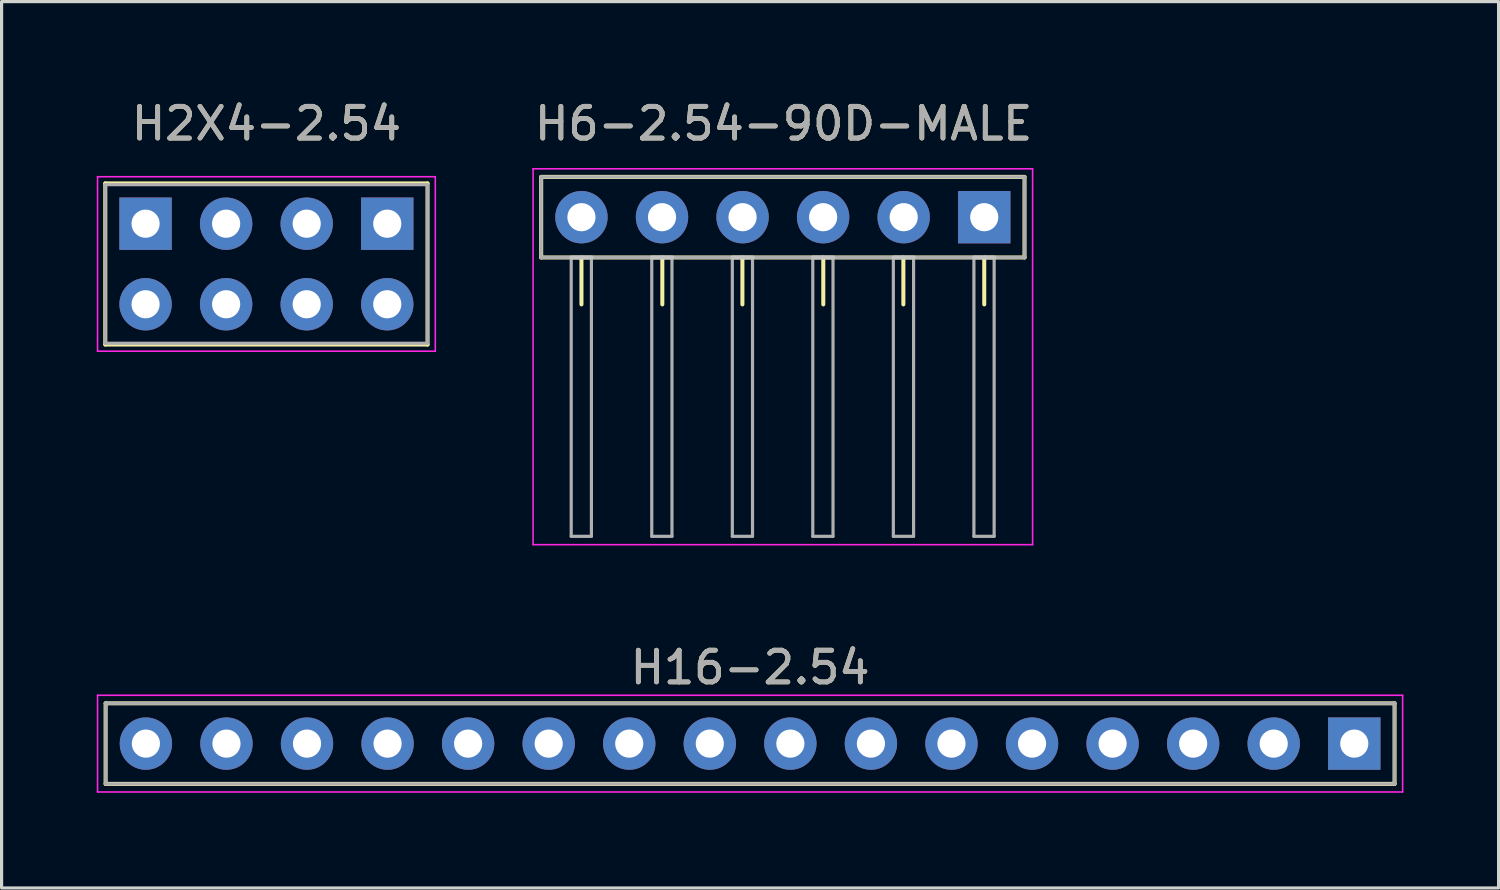
<source format=kicad_pcb>
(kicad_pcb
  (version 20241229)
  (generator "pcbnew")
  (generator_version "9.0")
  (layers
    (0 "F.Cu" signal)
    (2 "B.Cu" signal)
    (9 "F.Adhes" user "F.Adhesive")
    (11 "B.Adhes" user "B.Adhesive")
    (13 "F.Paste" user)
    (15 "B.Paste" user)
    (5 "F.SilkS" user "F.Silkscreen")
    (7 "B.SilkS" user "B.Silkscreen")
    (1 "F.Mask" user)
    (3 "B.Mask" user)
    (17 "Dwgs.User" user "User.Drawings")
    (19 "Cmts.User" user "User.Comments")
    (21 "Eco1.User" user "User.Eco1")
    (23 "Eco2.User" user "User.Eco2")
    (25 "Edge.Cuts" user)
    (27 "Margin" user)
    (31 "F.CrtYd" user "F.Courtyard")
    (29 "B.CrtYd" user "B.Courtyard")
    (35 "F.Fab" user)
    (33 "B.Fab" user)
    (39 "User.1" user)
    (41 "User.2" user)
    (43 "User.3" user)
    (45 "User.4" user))
  (footprint "H16-2.54"
    (layer "F.Cu")
    (at 20.6 20.396)
    (property "Reference" "H16-2.54" (at 0 -2.4 180) (layer "F.SilkS") (effects (font (size 1 1) (thickness 0.15))))
    (attr exclude_from_pos_files exclude_from_bom)
    (fp_line (start -20.32 -1.27) (end -20.32 1.27) (stroke (width 0.127) (type solid)) (layer "F.SilkS"))
    (fp_line (start -20.32 -1.27) (end 20.32 -1.27) (stroke (width 0.127) (type solid)) (layer "F.SilkS"))
    (fp_line (start 20.32 1.27) (end -20.32 1.27) (stroke (width 0.127) (type solid)) (layer "F.SilkS"))
    (fp_line (start 20.32 1.27) (end 20.32 -1.27) (stroke (width 0.127) (type solid)) (layer "F.SilkS"))
    (fp_line (start -20.575 -1.525) (end 20.575 -1.525) (stroke (width 0.05) (type solid)) (layer "F.CrtYd"))
    (fp_line (start -20.575 1.525) (end -20.575 -1.525) (stroke (width 0.05) (type solid)) (layer "F.CrtYd"))
    (fp_line (start 20.575 -1.525) (end 20.575 1.525) (stroke (width 0.05) (type solid)) (layer "F.CrtYd"))
    (fp_line (start 20.575 1.525) (end -20.575 1.525) (stroke (width 0.05) (type solid)) (layer "F.CrtYd"))
    (fp_line (start -20.32 -1.27) (end -20.32 1.27) (stroke (width 0.1) (type solid)) (layer "F.Fab"))
    (fp_line (start -20.32 -1.27) (end 20.32 -1.27) (stroke (width 0.1) (type solid)) (layer "F.Fab"))
    (fp_line (start 20.32 1.27) (end -20.32 1.27) (stroke (width 0.1) (type solid)) (layer "F.Fab"))
    (fp_line (start 20.32 1.27) (end 20.32 -1.27) (stroke (width 0.1) (type solid)) (layer "F.Fab"))
    (fp_text user "${REFERENCE}" (at 0 -2.4 0) (layer "F.Fab") (effects (font (size 1 1) (thickness 0.15))))
    (pad "1" thru_hole rect (at 19.05 0 90) (size 1.651 1.651) (drill 0.889) (layers "*.Cu" "*.Mask"))
    (pad "2" thru_hole circle (at 16.51 0 90) (size 1.651 1.651) (drill 0.889) (layers "*.Cu" "*.Mask"))
    (pad "3" thru_hole circle (at 13.97 0 90) (size 1.651 1.651) (drill 0.889) (layers "*.Cu" "*.Mask"))
    (pad "4" thru_hole circle (at 11.43 0 90) (size 1.651 1.651) (drill 0.889) (layers "*.Cu" "*.Mask"))
    (pad "5" thru_hole circle (at 8.89 0 90) (size 1.651 1.651) (drill 0.889) (layers "*.Cu" "*.Mask"))
    (pad "6" thru_hole circle (at 6.35 0 90) (size 1.651 1.651) (drill 0.889) (layers "*.Cu" "*.Mask"))
    (pad "7" thru_hole circle (at 3.81 0 90) (size 1.651 1.651) (drill 0.889) (layers "*.Cu" "*.Mask"))
    (pad "8" thru_hole circle (at 1.27 0 90) (size 1.651 1.651) (drill 0.889) (layers "*.Cu" "*.Mask"))
    (pad "9" thru_hole circle (at -1.27 0 90) (size 1.651 1.651) (drill 0.889) (layers "*.Cu" "*.Mask"))
    (pad "10" thru_hole circle (at -3.81 0 90) (size 1.651 1.651) (drill 0.889) (layers "*.Cu" "*.Mask"))
    (pad "11" thru_hole circle (at -6.35 0 90) (size 1.651 1.651) (drill 0.889) (layers "*.Cu" "*.Mask"))
    (pad "12" thru_hole circle (at -8.89 0 90) (size 1.651 1.651) (drill 0.889) (layers "*.Cu" "*.Mask"))
    (pad "13" thru_hole circle (at -11.43 0 90) (size 1.651 1.651) (drill 0.889) (layers "*.Cu" "*.Mask"))
    (pad "14" thru_hole circle (at -13.97 0 90) (size 1.651 1.651) (drill 0.889) (layers "*.Cu" "*.Mask"))
    (pad "15" thru_hole circle (at -16.51 0 90) (size 1.651 1.651) (drill 0.889) (layers "*.Cu" "*.Mask"))
    (pad "16" thru_hole circle (at -19.05 0 90) (size 1.651 1.651) (drill 0.889) (layers "*.Cu" "*.Mask")))
  (footprint "H6-2.54-90D-MALE"
    (layer "F.Cu")
    (at 21.633 3.798)
    (property "Reference" "H6-2.54-90D-MALE" (at 0.025 -2.95 0) (layer "F.SilkS") (effects (font (size 1 1) (thickness 0.15))))
    (attr exclude_from_pos_files exclude_from_bom)
    (fp_line (start -7.62 -1.27) (end 7.62 -1.27) (stroke (width 0.127) (type solid)) (layer "F.SilkS"))
    (fp_line (start -7.62 1.27) (end -7.62 -1.27) (stroke (width 0.127) (type solid)) (layer "F.SilkS"))
    (fp_line (start -6.35 1.275) (end -6.35 2.75) (stroke (width 0.127) (type solid)) (layer "F.SilkS"))
    (fp_line (start -3.8 1.275) (end -3.8 2.75) (stroke (width 0.127) (type solid)) (layer "F.SilkS"))
    (fp_line (start -1.275 1.275) (end -1.275 2.75) (stroke (width 0.127) (type solid)) (layer "F.SilkS"))
    (fp_line (start 1.275 1.275) (end 1.275 2.75) (stroke (width 0.127) (type solid)) (layer "F.SilkS"))
    (fp_line (start 3.8 1.275) (end 3.8 2.75) (stroke (width 0.127) (type solid)) (layer "F.SilkS"))
    (fp_line (start 6.35 1.275) (end 6.35 2.75) (stroke (width 0.127) (type solid)) (layer "F.SilkS"))
    (fp_line (start 7.62 -1.27) (end 7.62 1.27) (stroke (width 0.127) (type solid)) (layer "F.SilkS"))
    (fp_line (start 7.62 1.27) (end -7.62 1.27) (stroke (width 0.127) (type solid)) (layer "F.SilkS"))
    (fp_line (start -6.03 1.27) (end -6.668 1.27) (stroke (width 0.127) (type solid)) (layer "Dwgs.User"))
    (fp_line (start -3.49 1.27) (end -4.128 1.27) (stroke (width 0.127) (type solid)) (layer "Dwgs.User"))
    (fp_line (start -0.95 1.27) (end -1.587 1.27) (stroke (width 0.127) (type solid)) (layer "Dwgs.User"))
    (fp_line (start 1.587 1.27) (end 0.95 1.27) (stroke (width 0.127) (type solid)) (layer "Dwgs.User"))
    (fp_line (start 4.128 1.27) (end 3.49 1.27) (stroke (width 0.127) (type solid)) (layer "Dwgs.User"))
    (fp_line (start 6.668 1.27) (end 6.03 1.27) (stroke (width 0.127) (type solid)) (layer "Dwgs.User"))
    (fp_line (start -7.875 -1.525) (end 7.875 -1.525) (stroke (width 0.05) (type solid)) (layer "F.CrtYd"))
    (fp_line (start -7.875 10.325) (end -7.875 -1.525) (stroke (width 0.05) (type solid)) (layer "F.CrtYd"))
    (fp_line (start 7.875 -1.525) (end 7.875 10.325) (stroke (width 0.05) (type solid)) (layer "F.CrtYd"))
    (fp_line (start 7.875 10.325) (end -7.875 10.325) (stroke (width 0.05) (type solid)) (layer "F.CrtYd"))
    (fp_line (start -7.62 -1.27) (end 7.62 -1.27) (stroke (width 0.1) (type solid)) (layer "F.Fab"))
    (fp_line (start -7.62 1.27) (end -7.62 -1.27) (stroke (width 0.1) (type solid)) (layer "F.Fab"))
    (fp_line (start -6.673 1.273) (end -6.673 10.062) (stroke (width 0.1) (type solid)) (layer "F.Fab"))
    (fp_line (start -6.036 10.062) (end -6.673 10.062) (stroke (width 0.1) (type solid)) (layer "F.Fab"))
    (fp_line (start -6.036 10.062) (end -6.036 1.273) (stroke (width 0.1) (type solid)) (layer "F.Fab"))
    (fp_line (start -4.133 1.273) (end -4.133 10.062) (stroke (width 0.1) (type solid)) (layer "F.Fab"))
    (fp_line (start -3.496 10.062) (end -4.133 10.062) (stroke (width 0.1) (type solid)) (layer "F.Fab"))
    (fp_line (start -3.496 10.062) (end -3.496 1.273) (stroke (width 0.1) (type solid)) (layer "F.Fab"))
    (fp_line (start -1.593 1.273) (end -1.593 10.062) (stroke (width 0.1) (type solid)) (layer "F.Fab"))
    (fp_line (start -0.956 10.062) (end -1.593 10.062) (stroke (width 0.1) (type solid)) (layer "F.Fab"))
    (fp_line (start -0.956 10.062) (end -0.956 1.273) (stroke (width 0.1) (type solid)) (layer "F.Fab"))
    (fp_line (start 0.944 1.273) (end 0.944 10.062) (stroke (width 0.1) (type solid)) (layer "F.Fab"))
    (fp_line (start 1.582 10.062) (end 0.944 10.062) (stroke (width 0.1) (type solid)) (layer "F.Fab"))
    (fp_line (start 1.582 10.062) (end 1.582 1.273) (stroke (width 0.1) (type solid)) (layer "F.Fab"))
    (fp_line (start 3.484 1.273) (end 3.484 10.062) (stroke (width 0.1) (type solid)) (layer "F.Fab"))
    (fp_line (start 4.122 10.062) (end 3.484 10.062) (stroke (width 0.1) (type solid)) (layer "F.Fab"))
    (fp_line (start 4.122 10.062) (end 4.122 1.273) (stroke (width 0.1) (type solid)) (layer "F.Fab"))
    (fp_line (start 6.024 1.273) (end 6.024 10.062) (stroke (width 0.1) (type solid)) (layer "F.Fab"))
    (fp_line (start 6.662 10.062) (end 6.024 10.062) (stroke (width 0.1) (type solid)) (layer "F.Fab"))
    (fp_line (start 6.662 10.062) (end 6.662 1.273) (stroke (width 0.1) (type solid)) (layer "F.Fab"))
    (fp_line (start 7.62 -1.27) (end 7.62 1.27) (stroke (width 0.1) (type solid)) (layer "F.Fab"))
    (fp_line (start 7.62 1.27) (end -7.62 1.27) (stroke (width 0.1) (type solid)) (layer "F.Fab"))
    (fp_text user "${REFERENCE}" (at 0.025 -2.95 0) (layer "F.Fab") (effects (font (size 1 1) (thickness 0.15))))
    (pad "1" thru_hole rect (at 6.35 0 270) (size 1.651 1.651) (drill 0.889) (layers "*.Cu" "*.Mask"))
    (pad "2" thru_hole circle (at 3.81 0 270) (size 1.651 1.651) (drill 0.889) (layers "*.Cu" "*.Mask"))
    (pad "3" thru_hole circle (at 1.27 0 270) (size 1.651 1.651) (drill 0.889) (layers "*.Cu" "*.Mask"))
    (pad "4" thru_hole circle (at -1.27 0 270) (size 1.651 1.651) (drill 0.889) (layers "*.Cu" "*.Mask"))
    (pad "5" thru_hole circle (at -3.81 0 270) (size 1.651 1.651) (drill 0.889) (layers "*.Cu" "*.Mask"))
    (pad "6" thru_hole circle (at -6.35 0 270) (size 1.651 1.651) (drill 0.889) (layers "*.Cu" "*.Mask")))
  (footprint "H2X4-2.54"
    (layer "F.Cu")
    (at 5.35 5.273)
    (property "Reference" "H2X4-2.54" (at 0 -4.425 180) (layer "F.SilkS") (effects (font (size 1 1) (thickness 0.15))))
    (attr exclude_from_pos_files exclude_from_bom)
    (fp_line (start -5.08 -2.54) (end 5.08 -2.54) (stroke (width 0.127) (type solid)) (layer "F.SilkS"))
    (fp_line (start -5.08 2.54) (end -5.08 -2.54) (stroke (width 0.127) (type solid)) (layer "F.SilkS"))
    (fp_line (start 5.08 -2.54) (end 5.08 2.54) (stroke (width 0.127) (type solid)) (layer "F.SilkS"))
    (fp_line (start 5.08 2.54) (end -5.08 2.54) (stroke (width 0.127) (type solid)) (layer "F.SilkS"))
    (fp_line (start -5.325 -2.75) (end 5.325 -2.75) (stroke (width 0.05) (type solid)) (layer "F.CrtYd"))
    (fp_line (start -5.325 2.75) (end -5.325 -2.75) (stroke (width 0.05) (type solid)) (layer "F.CrtYd"))
    (fp_line (start 5.325 -2.75) (end 5.325 2.75) (stroke (width 0.05) (type solid)) (layer "F.CrtYd"))
    (fp_line (start 5.325 2.75) (end -5.325 2.75) (stroke (width 0.05) (type solid)) (layer "F.CrtYd"))
    (fp_line (start -5.08 2.5) (end -5.08 -2.5) (stroke (width 0.1) (type solid)) (layer "F.Fab"))
    (fp_line (start 5.08 -2.5) (end -5.08 -2.5) (stroke (width 0.1) (type solid)) (layer "F.Fab"))
    (fp_line (start 5.08 2.5) (end -5.08 2.5) (stroke (width 0.1) (type solid)) (layer "F.Fab"))
    (fp_line (start 5.08 2.5) (end 5.08 -2.5) (stroke (width 0.1) (type solid)) (layer "F.Fab"))
    (fp_text user "${REFERENCE}" (at 0 -4.425 0) (layer "F.Fab") (effects (font (size 1 1) (thickness 0.15))))
    (pad "1" thru_hole rect (at 3.81 -1.27 90) (size 1.651 1.651) (drill 0.889) (layers "*.Cu" "*.Mask"))
    (pad "2" thru_hole circle (at 1.27 -1.27 90) (size 1.651 1.651) (drill 0.889) (layers "*.Cu" "*.Mask"))
    (pad "3" thru_hole circle (at -1.27 -1.27 90) (size 1.651 1.651) (drill 0.889) (layers "*.Cu" "*.Mask"))
    (pad "4" thru_hole rect (at -3.81 -1.27 90) (size 1.651 1.651) (drill 0.889) (layers "*.Cu" "*.Mask"))
    (pad "5" thru_hole circle (at -3.81 1.27 90) (size 1.651 1.651) (drill 0.889) (layers "*.Cu" "*.Mask"))
    (pad "6" thru_hole circle (at -1.27 1.27 90) (size 1.651 1.651) (drill 0.889) (layers "*.Cu" "*.Mask"))
    (pad "7" thru_hole circle (at 1.27 1.27 90) (size 1.651 1.651) (drill 0.889) (layers "*.Cu" "*.Mask"))
    (pad "8" thru_hole circle (at 3.81 1.27 90) (size 1.651 1.651) (drill 0.889) (layers "*.Cu" "*.Mask")))
  (gr_rect
    (start -3 -3)
    (end 44.2 24.947)
    (stroke (width 0.1) (type default))
    (fill no)
    (layer "Edge.Cuts")))
</source>
